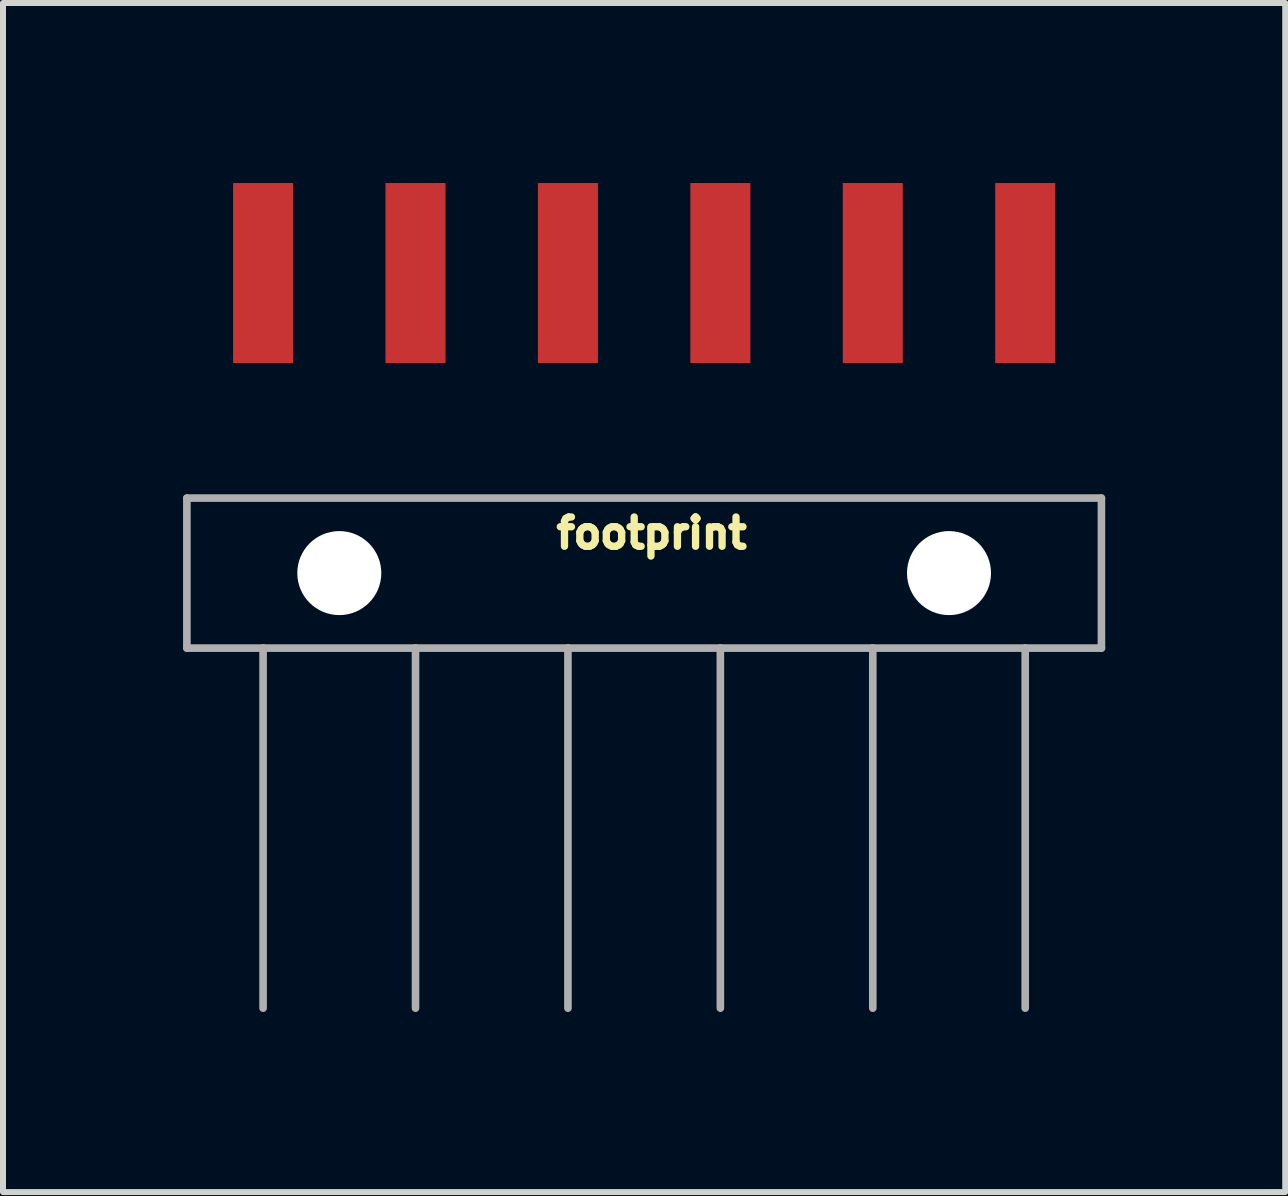
<source format=kicad_pcb>
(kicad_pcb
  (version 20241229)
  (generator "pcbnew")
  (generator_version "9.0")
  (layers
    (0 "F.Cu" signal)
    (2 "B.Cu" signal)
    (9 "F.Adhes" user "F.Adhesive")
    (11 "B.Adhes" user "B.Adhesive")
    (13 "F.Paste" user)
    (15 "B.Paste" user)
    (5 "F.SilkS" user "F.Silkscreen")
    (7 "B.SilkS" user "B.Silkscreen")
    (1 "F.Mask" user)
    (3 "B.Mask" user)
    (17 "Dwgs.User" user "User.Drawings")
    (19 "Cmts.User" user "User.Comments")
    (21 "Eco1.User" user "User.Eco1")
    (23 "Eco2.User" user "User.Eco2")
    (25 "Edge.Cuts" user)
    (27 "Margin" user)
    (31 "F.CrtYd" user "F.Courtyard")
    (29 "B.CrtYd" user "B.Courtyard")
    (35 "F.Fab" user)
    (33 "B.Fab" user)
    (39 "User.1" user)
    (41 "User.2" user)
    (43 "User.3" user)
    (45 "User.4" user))
  (footprint "footprint"
    (layer "F.Cu")
    (at 7.684 6.5)
    (property "Reference" "footprint" (at -1.524 -0.381 0) (layer "F.SilkS") (effects (font (size 0.488 0.488) (thickness 0.122)) (justify left bottom)))
    (fp_line (start -7.62 -1.25) (end -7.62 1.25) (stroke (width 0.127) (type solid)) (layer "F.Fab"))
    (fp_line (start -7.62 1.25) (end -6.35 1.25) (stroke (width 0.127) (type solid)) (layer "F.Fab"))
    (fp_line (start -6.35 1.25) (end -6.35 7.25) (stroke (width 0.127) (type solid)) (layer "F.Fab"))
    (fp_line (start -6.35 1.25) (end -3.81 1.25) (stroke (width 0.127) (type solid)) (layer "F.Fab"))
    (fp_line (start -3.81 1.25) (end -3.81 7.25) (stroke (width 0.127) (type solid)) (layer "F.Fab"))
    (fp_line (start -3.81 1.25) (end -1.27 1.25) (stroke (width 0.127) (type solid)) (layer "F.Fab"))
    (fp_line (start -1.27 1.25) (end -1.27 7.25) (stroke (width 0.127) (type solid)) (layer "F.Fab"))
    (fp_line (start -1.27 1.25) (end 1.27 1.25) (stroke (width 0.127) (type solid)) (layer "F.Fab"))
    (fp_line (start 1.27 1.25) (end 1.27 7.25) (stroke (width 0.127) (type solid)) (layer "F.Fab"))
    (fp_line (start 1.27 1.25) (end 3.81 1.25) (stroke (width 0.127) (type solid)) (layer "F.Fab"))
    (fp_line (start 3.81 1.25) (end 3.81 7.25) (stroke (width 0.127) (type solid)) (layer "F.Fab"))
    (fp_line (start 3.81 1.25) (end 6.35 1.25) (stroke (width 0.127) (type solid)) (layer "F.Fab"))
    (fp_line (start 6.35 1.25) (end 6.35 7.25) (stroke (width 0.127) (type solid)) (layer "F.Fab"))
    (fp_line (start 6.35 1.25) (end 7.62 1.25) (stroke (width 0.127) (type solid)) (layer "F.Fab"))
    (fp_line (start 7.62 -1.25) (end -7.62 -1.25) (stroke (width 0.127) (type solid)) (layer "F.Fab"))
    (fp_line (start 7.62 1.25) (end 7.62 -1.25) (stroke (width 0.127) (type solid)) (layer "F.Fab"))
    (pad "" np_thru_hole circle (at -5.08 0) (size 1.4 1.4) (drill 1.4) (layers "*.Cu" "*.Mask"))
    (pad "" np_thru_hole circle (at 5.08 0) (size 1.4 1.4) (drill 1.4) (layers "*.Cu" "*.Mask"))
    (pad "1" smd rect (at -6.35 -5 90) (size 3 1) (layers "F.Cu" "F.Mask" "F.Paste"))
    (pad "2" smd rect (at -3.81 -5 90) (size 3 1) (layers "F.Cu" "F.Mask" "F.Paste"))
    (pad "3" smd rect (at -1.27 -5 90) (size 3 1) (layers "F.Cu" "F.Mask" "F.Paste"))
    (pad "4" smd rect (at 1.27 -5 90) (size 3 1) (layers "F.Cu" "F.Mask" "F.Paste"))
    (pad "5" smd rect (at 3.81 -5 90) (size 3 1) (layers "F.Cu" "F.Mask" "F.Paste"))
    (pad "6" smd rect (at 6.35 -5 90) (size 3 1) (layers "F.Cu" "F.Mask" "F.Paste")))
  (gr_rect
    (start -3 -3)
    (end 18.367 16.814)
    (stroke (width 0.1) (type default))
    (fill no)
    (layer "Edge.Cuts")))
</source>
